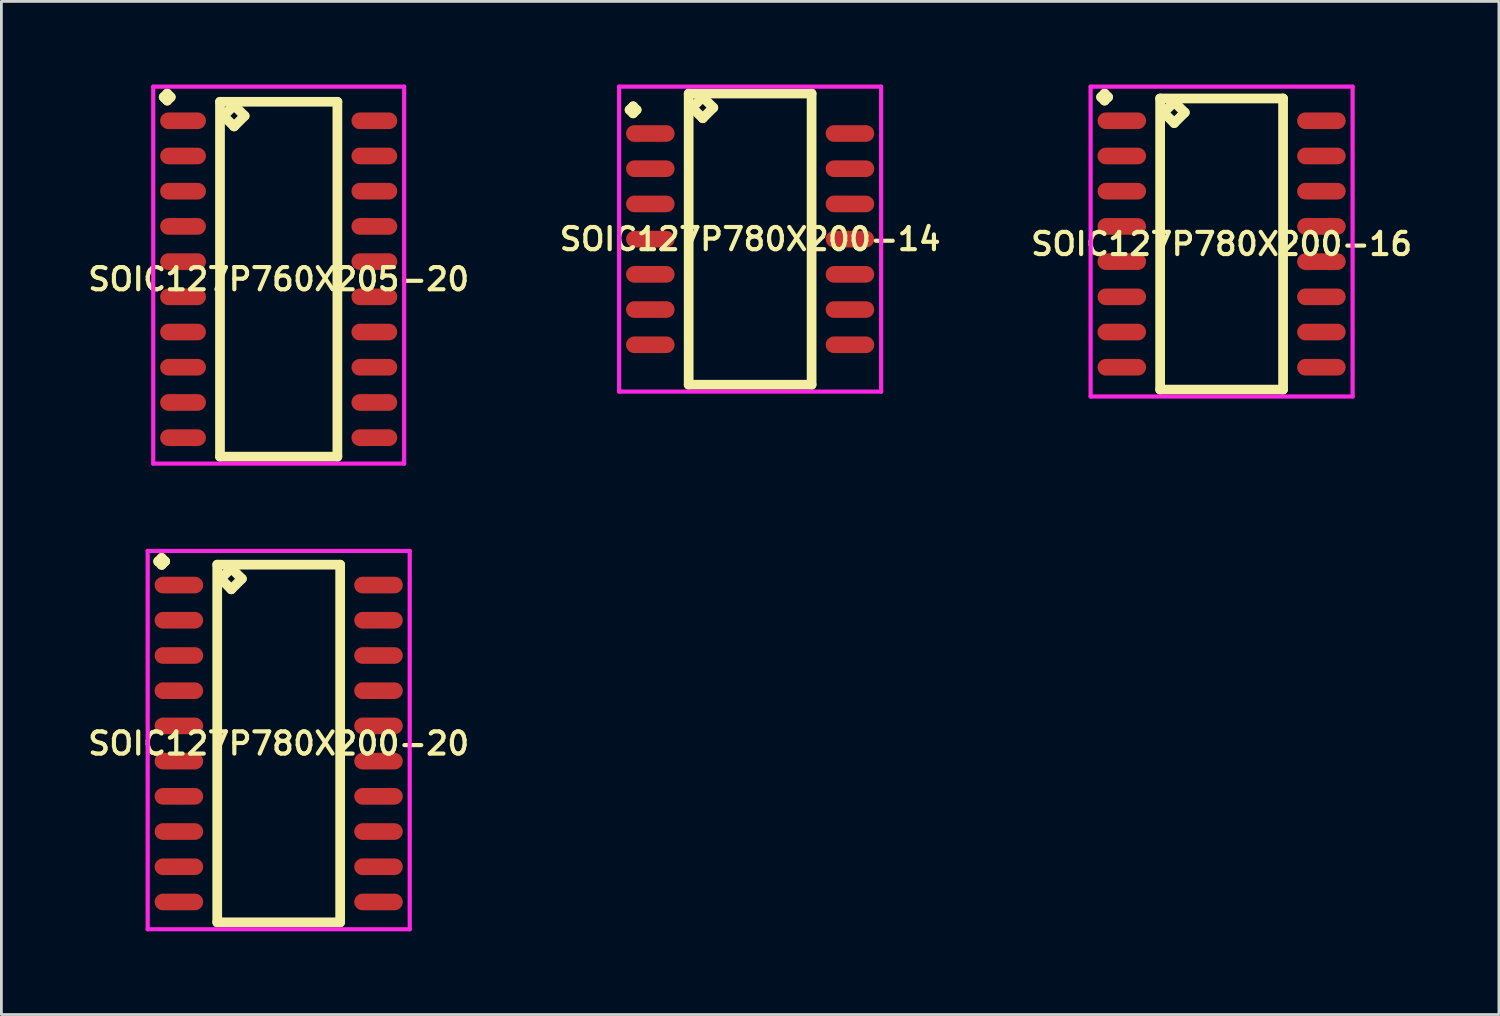
<source format=kicad_pcb>
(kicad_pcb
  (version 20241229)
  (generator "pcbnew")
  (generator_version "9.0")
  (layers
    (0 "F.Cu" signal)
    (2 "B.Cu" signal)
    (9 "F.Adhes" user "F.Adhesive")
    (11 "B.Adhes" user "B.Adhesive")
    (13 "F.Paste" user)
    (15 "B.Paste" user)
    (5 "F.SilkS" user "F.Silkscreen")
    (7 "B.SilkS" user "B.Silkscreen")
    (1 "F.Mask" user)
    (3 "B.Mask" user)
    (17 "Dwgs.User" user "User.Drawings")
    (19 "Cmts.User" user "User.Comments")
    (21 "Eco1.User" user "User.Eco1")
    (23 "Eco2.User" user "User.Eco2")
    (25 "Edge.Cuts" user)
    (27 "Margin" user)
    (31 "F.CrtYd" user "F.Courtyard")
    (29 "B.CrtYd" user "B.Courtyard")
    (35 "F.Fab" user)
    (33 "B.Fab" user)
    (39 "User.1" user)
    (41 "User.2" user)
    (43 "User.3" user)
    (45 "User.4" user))
  (footprint "SOIC127P760X205-20"
    (layer "F.Cu")
    (at 7.002 7.021)
    (property "Reference" "SOIC127P760X205-20" (at 0 0 0) (layer "F.SilkS") (effects (font (size 0.8 0.8) (thickness 0.15))))
    (attr smd)
    (fp_line (start -4.148 -6.569) (end -4.021 -6.696) (stroke (width 0.35) (type solid)) (layer "F.SilkS"))
    (fp_line (start -4.021 -6.696) (end -3.894 -6.569) (stroke (width 0.35) (type solid)) (layer "F.SilkS"))
    (fp_line (start -4.021 -6.442) (end -4.148 -6.569) (stroke (width 0.35) (type solid)) (layer "F.SilkS"))
    (fp_line (start -3.894 -6.569) (end -4.021 -6.442) (stroke (width 0.35) (type solid)) (layer "F.SilkS"))
    (fp_line (start -2.117 -6.4) (end -2.117 6.4) (stroke (width 0.35) (type solid)) (layer "F.SilkS"))
    (fp_line (start -2.117 6.4) (end 2.117 6.4) (stroke (width 0.35) (type solid)) (layer "F.SilkS"))
    (fp_line (start -1.99 -5.892) (end -1.609 -6.273) (stroke (width 0.35) (type solid)) (layer "F.SilkS"))
    (fp_line (start -1.609 -6.273) (end -1.228 -5.892) (stroke (width 0.35) (type solid)) (layer "F.SilkS"))
    (fp_line (start -1.609 -5.511) (end -1.99 -5.892) (stroke (width 0.35) (type solid)) (layer "F.SilkS"))
    (fp_line (start -1.228 -5.892) (end -1.609 -5.511) (stroke (width 0.35) (type solid)) (layer "F.SilkS"))
    (fp_line (start 2.117 -6.4) (end -2.117 -6.4) (stroke (width 0.35) (type solid)) (layer "F.SilkS"))
    (fp_line (start 2.117 6.4) (end 2.117 -6.4) (stroke (width 0.35) (type solid)) (layer "F.SilkS"))
    (fp_line (start -4.525 -6.946) (end 4.525 -6.946) (stroke (width 0.15) (type solid)) (layer "F.CrtYd"))
    (fp_line (start -4.525 6.65) (end -4.525 -6.946) (stroke (width 0.15) (type solid)) (layer "F.CrtYd"))
    (fp_line (start 4.525 -6.946) (end 4.525 6.65) (stroke (width 0.15) (type solid)) (layer "F.CrtYd"))
    (fp_line (start 4.525 6.65) (end -4.525 6.65) (stroke (width 0.15) (type solid)) (layer "F.CrtYd"))
    (pad "1" smd oval (at -3.45 -5.715) (size 1.65 0.6) (layers "F.Cu" "F.Mask" "F.Paste"))
    (pad "2" smd oval (at -3.45 -4.445) (size 1.65 0.6) (layers "F.Cu" "F.Mask" "F.Paste"))
    (pad "3" smd oval (at -3.45 -3.175) (size 1.65 0.6) (layers "F.Cu" "F.Mask" "F.Paste"))
    (pad "4" smd oval (at -3.45 -1.905) (size 1.65 0.6) (layers "F.Cu" "F.Mask" "F.Paste"))
    (pad "5" smd oval (at -3.45 -0.635) (size 1.65 0.6) (layers "F.Cu" "F.Mask" "F.Paste"))
    (pad "6" smd oval (at -3.45 0.635) (size 1.65 0.6) (layers "F.Cu" "F.Mask" "F.Paste"))
    (pad "7" smd oval (at -3.45 1.905) (size 1.65 0.6) (layers "F.Cu" "F.Mask" "F.Paste"))
    (pad "8" smd oval (at -3.45 3.175) (size 1.65 0.6) (layers "F.Cu" "F.Mask" "F.Paste"))
    (pad "9" smd oval (at -3.45 4.445) (size 1.65 0.6) (layers "F.Cu" "F.Mask" "F.Paste"))
    (pad "10" smd oval (at -3.45 5.715) (size 1.65 0.6) (layers "F.Cu" "F.Mask" "F.Paste"))
    (pad "11" smd oval (at 3.45 5.715) (size 1.65 0.6) (layers "F.Cu" "F.Mask" "F.Paste"))
    (pad "12" smd oval (at 3.45 4.445) (size 1.65 0.6) (layers "F.Cu" "F.Mask" "F.Paste"))
    (pad "13" smd oval (at 3.45 3.175) (size 1.65 0.6) (layers "F.Cu" "F.Mask" "F.Paste"))
    (pad "14" smd oval (at 3.45 1.905) (size 1.65 0.6) (layers "F.Cu" "F.Mask" "F.Paste"))
    (pad "15" smd oval (at 3.45 0.635) (size 1.65 0.6) (layers "F.Cu" "F.Mask" "F.Paste"))
    (pad "16" smd oval (at 3.45 -0.635) (size 1.65 0.6) (layers "F.Cu" "F.Mask" "F.Paste"))
    (pad "17" smd oval (at 3.45 -1.905) (size 1.65 0.6) (layers "F.Cu" "F.Mask" "F.Paste"))
    (pad "18" smd oval (at 3.45 -3.175) (size 1.65 0.6) (layers "F.Cu" "F.Mask" "F.Paste"))
    (pad "19" smd oval (at 3.45 -4.445) (size 1.65 0.6) (layers "F.Cu" "F.Mask" "F.Paste"))
    (pad "20" smd oval (at 3.45 -5.715) (size 1.65 0.6) (layers "F.Cu" "F.Mask" "F.Paste")))
  (footprint "SOIC127P780X200-16"
    (layer "F.Cu")
    (at 41.011 5.751)
    (property "Reference" "SOIC127P780X200-16" (at 0 0 0) (layer "F.SilkS") (effects (font (size 0.8 0.8) (thickness 0.15))))
    (attr smd)
    (fp_line (start -4.348 -5.299) (end -4.221 -5.426) (stroke (width 0.35) (type solid)) (layer "F.SilkS"))
    (fp_line (start -4.221 -5.426) (end -4.094 -5.299) (stroke (width 0.35) (type solid)) (layer "F.SilkS"))
    (fp_line (start -4.221 -5.172) (end -4.348 -5.299) (stroke (width 0.35) (type solid)) (layer "F.SilkS"))
    (fp_line (start -4.094 -5.299) (end -4.221 -5.172) (stroke (width 0.35) (type solid)) (layer "F.SilkS"))
    (fp_line (start -2.217 -5.25) (end -2.217 5.25) (stroke (width 0.35) (type solid)) (layer "F.SilkS"))
    (fp_line (start -2.217 5.25) (end 2.217 5.25) (stroke (width 0.35) (type solid)) (layer "F.SilkS"))
    (fp_line (start -2.09 -4.742) (end -1.709 -5.123) (stroke (width 0.35) (type solid)) (layer "F.SilkS"))
    (fp_line (start -1.709 -5.123) (end -1.328 -4.742) (stroke (width 0.35) (type solid)) (layer "F.SilkS"))
    (fp_line (start -1.709 -4.361) (end -2.09 -4.742) (stroke (width 0.35) (type solid)) (layer "F.SilkS"))
    (fp_line (start -1.328 -4.742) (end -1.709 -4.361) (stroke (width 0.35) (type solid)) (layer "F.SilkS"))
    (fp_line (start 2.217 -5.25) (end -2.217 -5.25) (stroke (width 0.35) (type solid)) (layer "F.SilkS"))
    (fp_line (start 2.217 5.25) (end 2.217 -5.25) (stroke (width 0.35) (type solid)) (layer "F.SilkS"))
    (fp_line (start -4.725 -5.676) (end 4.725 -5.676) (stroke (width 0.15) (type solid)) (layer "F.CrtYd"))
    (fp_line (start -4.725 5.5) (end -4.725 -5.676) (stroke (width 0.15) (type solid)) (layer "F.CrtYd"))
    (fp_line (start 4.725 -5.676) (end 4.725 5.5) (stroke (width 0.15) (type solid)) (layer "F.CrtYd"))
    (fp_line (start 4.725 5.5) (end -4.725 5.5) (stroke (width 0.15) (type solid)) (layer "F.CrtYd"))
    (pad "1" smd oval (at -3.6 -4.445) (size 1.75 0.6) (layers "F.Cu" "F.Mask" "F.Paste"))
    (pad "2" smd oval (at -3.6 -3.175) (size 1.75 0.6) (layers "F.Cu" "F.Mask" "F.Paste"))
    (pad "3" smd oval (at -3.6 -1.905) (size 1.75 0.6) (layers "F.Cu" "F.Mask" "F.Paste"))
    (pad "4" smd oval (at -3.6 -0.635) (size 1.75 0.6) (layers "F.Cu" "F.Mask" "F.Paste"))
    (pad "5" smd oval (at -3.6 0.635) (size 1.75 0.6) (layers "F.Cu" "F.Mask" "F.Paste"))
    (pad "6" smd oval (at -3.6 1.905) (size 1.75 0.6) (layers "F.Cu" "F.Mask" "F.Paste"))
    (pad "7" smd oval (at -3.6 3.175) (size 1.75 0.6) (layers "F.Cu" "F.Mask" "F.Paste"))
    (pad "8" smd oval (at -3.6 4.445) (size 1.75 0.6) (layers "F.Cu" "F.Mask" "F.Paste"))
    (pad "9" smd oval (at 3.6 4.445) (size 1.75 0.6) (layers "F.Cu" "F.Mask" "F.Paste"))
    (pad "10" smd oval (at 3.6 3.175) (size 1.75 0.6) (layers "F.Cu" "F.Mask" "F.Paste"))
    (pad "11" smd oval (at 3.6 1.905) (size 1.75 0.6) (layers "F.Cu" "F.Mask" "F.Paste"))
    (pad "12" smd oval (at 3.6 0.635) (size 1.75 0.6) (layers "F.Cu" "F.Mask" "F.Paste"))
    (pad "13" smd oval (at 3.6 -0.635) (size 1.75 0.6) (layers "F.Cu" "F.Mask" "F.Paste"))
    (pad "14" smd oval (at 3.6 -1.905) (size 1.75 0.6) (layers "F.Cu" "F.Mask" "F.Paste"))
    (pad "15" smd oval (at 3.6 -3.175) (size 1.75 0.6) (layers "F.Cu" "F.Mask" "F.Paste"))
    (pad "16" smd oval (at 3.6 -4.445) (size 1.75 0.6) (layers "F.Cu" "F.Mask" "F.Paste")))
  (footprint "SOIC127P780X200-20"
    (layer "F.Cu")
    (at 7.002 23.767)
    (property "Reference" "SOIC127P780X200-20" (at 0 0 0) (layer "F.SilkS") (effects (font (size 0.8 0.8) (thickness 0.15))))
    (attr smd)
    (fp_line (start -4.348 -6.569) (end -4.221 -6.696) (stroke (width 0.35) (type solid)) (layer "F.SilkS"))
    (fp_line (start -4.221 -6.696) (end -4.094 -6.569) (stroke (width 0.35) (type solid)) (layer "F.SilkS"))
    (fp_line (start -4.221 -6.442) (end -4.348 -6.569) (stroke (width 0.35) (type solid)) (layer "F.SilkS"))
    (fp_line (start -4.094 -6.569) (end -4.221 -6.442) (stroke (width 0.35) (type solid)) (layer "F.SilkS"))
    (fp_line (start -2.217 -6.45) (end -2.217 6.45) (stroke (width 0.35) (type solid)) (layer "F.SilkS"))
    (fp_line (start -2.217 6.45) (end 2.217 6.45) (stroke (width 0.35) (type solid)) (layer "F.SilkS"))
    (fp_line (start -2.09 -5.942) (end -1.709 -6.323) (stroke (width 0.35) (type solid)) (layer "F.SilkS"))
    (fp_line (start -1.709 -6.323) (end -1.328 -5.942) (stroke (width 0.35) (type solid)) (layer "F.SilkS"))
    (fp_line (start -1.709 -5.561) (end -2.09 -5.942) (stroke (width 0.35) (type solid)) (layer "F.SilkS"))
    (fp_line (start -1.328 -5.942) (end -1.709 -5.561) (stroke (width 0.35) (type solid)) (layer "F.SilkS"))
    (fp_line (start 2.217 -6.45) (end -2.217 -6.45) (stroke (width 0.35) (type solid)) (layer "F.SilkS"))
    (fp_line (start 2.217 6.45) (end 2.217 -6.45) (stroke (width 0.35) (type solid)) (layer "F.SilkS"))
    (fp_line (start -4.725 -6.946) (end 4.725 -6.946) (stroke (width 0.15) (type solid)) (layer "F.CrtYd"))
    (fp_line (start -4.725 6.7) (end -4.725 -6.946) (stroke (width 0.15) (type solid)) (layer "F.CrtYd"))
    (fp_line (start 4.725 -6.946) (end 4.725 6.7) (stroke (width 0.15) (type solid)) (layer "F.CrtYd"))
    (fp_line (start 4.725 6.7) (end -4.725 6.7) (stroke (width 0.15) (type solid)) (layer "F.CrtYd"))
    (pad "1" smd oval (at -3.6 -5.715) (size 1.75 0.6) (layers "F.Cu" "F.Mask" "F.Paste"))
    (pad "2" smd oval (at -3.6 -4.445) (size 1.75 0.6) (layers "F.Cu" "F.Mask" "F.Paste"))
    (pad "3" smd oval (at -3.6 -3.175) (size 1.75 0.6) (layers "F.Cu" "F.Mask" "F.Paste"))
    (pad "4" smd oval (at -3.6 -1.905) (size 1.75 0.6) (layers "F.Cu" "F.Mask" "F.Paste"))
    (pad "5" smd oval (at -3.6 -0.635) (size 1.75 0.6) (layers "F.Cu" "F.Mask" "F.Paste"))
    (pad "6" smd oval (at -3.6 0.635) (size 1.75 0.6) (layers "F.Cu" "F.Mask" "F.Paste"))
    (pad "7" smd oval (at -3.6 1.905) (size 1.75 0.6) (layers "F.Cu" "F.Mask" "F.Paste"))
    (pad "8" smd oval (at -3.6 3.175) (size 1.75 0.6) (layers "F.Cu" "F.Mask" "F.Paste"))
    (pad "9" smd oval (at -3.6 4.445) (size 1.75 0.6) (layers "F.Cu" "F.Mask" "F.Paste"))
    (pad "10" smd oval (at -3.6 5.715) (size 1.75 0.6) (layers "F.Cu" "F.Mask" "F.Paste"))
    (pad "11" smd oval (at 3.6 5.715) (size 1.75 0.6) (layers "F.Cu" "F.Mask" "F.Paste"))
    (pad "12" smd oval (at 3.6 4.445) (size 1.75 0.6) (layers "F.Cu" "F.Mask" "F.Paste"))
    (pad "13" smd oval (at 3.6 3.175) (size 1.75 0.6) (layers "F.Cu" "F.Mask" "F.Paste"))
    (pad "14" smd oval (at 3.6 1.905) (size 1.75 0.6) (layers "F.Cu" "F.Mask" "F.Paste"))
    (pad "15" smd oval (at 3.6 0.635) (size 1.75 0.6) (layers "F.Cu" "F.Mask" "F.Paste"))
    (pad "16" smd oval (at 3.6 -0.635) (size 1.75 0.6) (layers "F.Cu" "F.Mask" "F.Paste"))
    (pad "17" smd oval (at 3.6 -1.905) (size 1.75 0.6) (layers "F.Cu" "F.Mask" "F.Paste"))
    (pad "18" smd oval (at 3.6 -3.175) (size 1.75 0.6) (layers "F.Cu" "F.Mask" "F.Paste"))
    (pad "19" smd oval (at 3.6 -4.445) (size 1.75 0.6) (layers "F.Cu" "F.Mask" "F.Paste"))
    (pad "20" smd oval (at 3.6 -5.715) (size 1.75 0.6) (layers "F.Cu" "F.Mask" "F.Paste")))
  (footprint "SOIC127P780X200-14"
    (layer "F.Cu")
    (at 24.006 5.575)
    (property "Reference" "SOIC127P780X200-14" (at 0 0 0) (layer "F.SilkS") (effects (font (size 0.8 0.8) (thickness 0.15))))
    (attr smd)
    (fp_line (start -4.348 -4.664) (end -4.221 -4.791) (stroke (width 0.35) (type solid)) (layer "F.SilkS"))
    (fp_line (start -4.221 -4.791) (end -4.094 -4.664) (stroke (width 0.35) (type solid)) (layer "F.SilkS"))
    (fp_line (start -4.221 -4.537) (end -4.348 -4.664) (stroke (width 0.35) (type solid)) (layer "F.SilkS"))
    (fp_line (start -4.094 -4.664) (end -4.221 -4.537) (stroke (width 0.35) (type solid)) (layer "F.SilkS"))
    (fp_line (start -2.217 -5.25) (end -2.217 5.25) (stroke (width 0.35) (type solid)) (layer "F.SilkS"))
    (fp_line (start -2.217 5.25) (end 2.217 5.25) (stroke (width 0.35) (type solid)) (layer "F.SilkS"))
    (fp_line (start -2.09 -4.742) (end -1.709 -5.123) (stroke (width 0.35) (type solid)) (layer "F.SilkS"))
    (fp_line (start -1.709 -5.123) (end -1.328 -4.742) (stroke (width 0.35) (type solid)) (layer "F.SilkS"))
    (fp_line (start -1.709 -4.361) (end -2.09 -4.742) (stroke (width 0.35) (type solid)) (layer "F.SilkS"))
    (fp_line (start -1.328 -4.742) (end -1.709 -4.361) (stroke (width 0.35) (type solid)) (layer "F.SilkS"))
    (fp_line (start 2.217 -5.25) (end -2.217 -5.25) (stroke (width 0.35) (type solid)) (layer "F.SilkS"))
    (fp_line (start 2.217 5.25) (end 2.217 -5.25) (stroke (width 0.35) (type solid)) (layer "F.SilkS"))
    (fp_line (start -4.725 -5.5) (end 4.725 -5.5) (stroke (width 0.15) (type solid)) (layer "F.CrtYd"))
    (fp_line (start -4.725 5.5) (end -4.725 -5.5) (stroke (width 0.15) (type solid)) (layer "F.CrtYd"))
    (fp_line (start 4.725 -5.5) (end 4.725 5.5) (stroke (width 0.15) (type solid)) (layer "F.CrtYd"))
    (fp_line (start 4.725 5.5) (end -4.725 5.5) (stroke (width 0.15) (type solid)) (layer "F.CrtYd"))
    (pad "1" smd oval (at -3.6 -3.81) (size 1.75 0.6) (layers "F.Cu" "F.Mask" "F.Paste"))
    (pad "2" smd oval (at -3.6 -2.54) (size 1.75 0.6) (layers "F.Cu" "F.Mask" "F.Paste"))
    (pad "3" smd oval (at -3.6 -1.27) (size 1.75 0.6) (layers "F.Cu" "F.Mask" "F.Paste"))
    (pad "4" smd oval (at -3.6 0) (size 1.75 0.6) (layers "F.Cu" "F.Mask" "F.Paste"))
    (pad "5" smd oval (at -3.6 1.27) (size 1.75 0.6) (layers "F.Cu" "F.Mask" "F.Paste"))
    (pad "6" smd oval (at -3.6 2.54) (size 1.75 0.6) (layers "F.Cu" "F.Mask" "F.Paste"))
    (pad "7" smd oval (at -3.6 3.81) (size 1.75 0.6) (layers "F.Cu" "F.Mask" "F.Paste"))
    (pad "8" smd oval (at 3.6 3.81) (size 1.75 0.6) (layers "F.Cu" "F.Mask" "F.Paste"))
    (pad "9" smd oval (at 3.6 2.54) (size 1.75 0.6) (layers "F.Cu" "F.Mask" "F.Paste"))
    (pad "10" smd oval (at 3.6 1.27) (size 1.75 0.6) (layers "F.Cu" "F.Mask" "F.Paste"))
    (pad "11" smd oval (at 3.6 0) (size 1.75 0.6) (layers "F.Cu" "F.Mask" "F.Paste"))
    (pad "12" smd oval (at 3.6 -1.27) (size 1.75 0.6) (layers "F.Cu" "F.Mask" "F.Paste"))
    (pad "13" smd oval (at 3.6 -2.54) (size 1.75 0.6) (layers "F.Cu" "F.Mask" "F.Paste"))
    (pad "14" smd oval (at 3.6 -3.81) (size 1.75 0.6) (layers "F.Cu" "F.Mask" "F.Paste")))
  (gr_rect
    (start -3 -3)
    (end 51.013 33.542)
    (stroke (width 0.1) (type default))
    (fill no)
    (layer "Edge.Cuts")))
</source>
